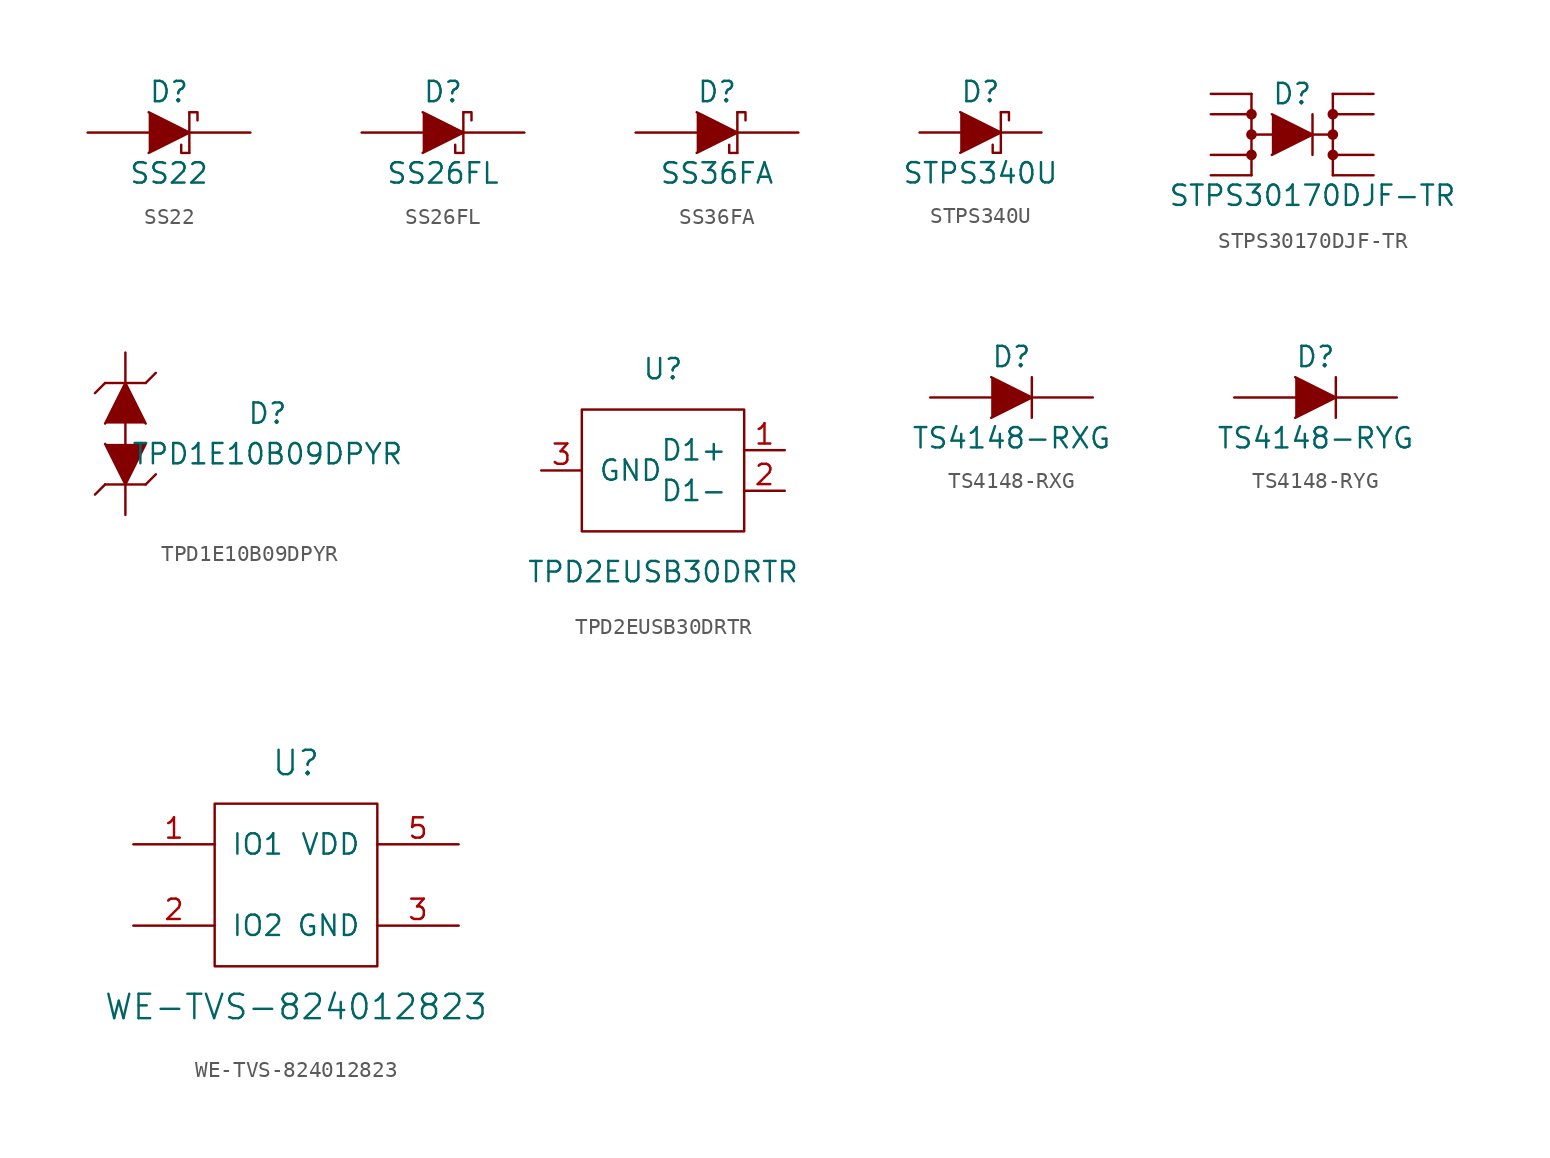
<source format=kicad_sym>
(kicad_symbol_lib
  (version 20201005)
  (generator kicad_symbol_editor)
  (symbol "SS22"
    (pin_numbers hide)
    (pin_names
      (offset 1.016) hide)
    (property "Reference" "D"
      (at 0 2.54 0)
      (effects (font (size 1.27 1.27))))
    (property "Value" "SS22"
      (at 0 -2.54 0)
      (effects (font (size 1.27 1.27))))
    (symbol "SS22_0_1"
      (polyline (pts (xy 1.27 1.27) (xy 1.27 -1.27)) (stroke (width 0.152)) (fill (type none)))
      (polyline (pts (xy -1.27 1.27) (xy 1.27 0) (xy -1.27 -1.27)) (stroke (width 0)) (fill (type outline)))
      (polyline (pts (xy 1.27 -1.27) (xy 0.762 -1.27) (xy 0.762 -0.762)) (stroke (width 0)) (fill (type none)))
      (polyline (pts (xy 1.27 1.27) (xy 1.778 1.27) (xy 1.778 0.762)) (stroke (width 0)) (fill (type none))))
    (symbol "SS22_1_1"
      (pin passive line (at -5.08 0 0) (length 3.81) (name "A" (effects (font (size 1.016 1.016)))) (number "1" (effects (font (size 1.016 1.016)))))
      (pin passive line (at 5.08 0 180) (length 3.81) (name "K" (effects (font (size 1.016 1.016)))) (number "2" (effects (font (size 1.016 1.016)))))))
  (symbol "SS26FL"
    (pin_numbers hide)
    (pin_names
      (offset 1.016) hide)
    (property "Reference" "D"
      (at 0 2.54 0)
      (effects (font (size 1.27 1.27))))
    (property "Value" "SS26FL"
      (at 0 -2.54 0)
      (effects (font (size 1.27 1.27))))
    (symbol "SS26FL_0_1"
      (polyline (pts (xy 1.27 1.27) (xy 1.27 -1.27)) (stroke (width 0.152)) (fill (type none)))
      (polyline (pts (xy -1.27 1.27) (xy 1.27 0) (xy -1.27 -1.27)) (stroke (width 0)) (fill (type outline)))
      (polyline (pts (xy 1.27 -1.27) (xy 0.762 -1.27) (xy 0.762 -0.762)) (stroke (width 0)) (fill (type none)))
      (polyline (pts (xy 1.27 1.27) (xy 1.778 1.27) (xy 1.778 0.762)) (stroke (width 0)) (fill (type none))))
    (symbol "SS26FL_1_1"
      (pin passive line (at -5.08 0 0) (length 3.81) (name "A" (effects (font (size 1.016 1.016)))) (number "1" (effects (font (size 1.016 1.016)))))
      (pin passive line (at 5.08 0 180) (length 3.81) (name "K" (effects (font (size 1.016 1.016)))) (number "2" (effects (font (size 1.016 1.016)))))))
  (symbol "SS36FA"
    (pin_numbers hide)
    (pin_names
      (offset 1.016) hide)
    (property "Reference" "D"
      (at 0 2.54 0)
      (effects (font (size 1.27 1.27))))
    (property "Value" "SS36FA"
      (at 0 -2.54 0)
      (effects (font (size 1.27 1.27))))
    (symbol "SS36FA_0_1"
      (polyline (pts (xy 1.27 1.27) (xy 1.27 -1.27)) (stroke (width 0.152)) (fill (type none)))
      (polyline (pts (xy -1.27 1.27) (xy 1.27 0) (xy -1.27 -1.27)) (stroke (width 0)) (fill (type outline)))
      (polyline (pts (xy 1.27 -1.27) (xy 0.762 -1.27) (xy 0.762 -0.762)) (stroke (width 0)) (fill (type none)))
      (polyline (pts (xy 1.27 1.27) (xy 1.778 1.27) (xy 1.778 0.762)) (stroke (width 0)) (fill (type none))))
    (symbol "SS36FA_1_1"
      (pin passive line (at -5.08 0 0) (length 3.81) (name "A" (effects (font (size 1.016 1.016)))) (number "1" (effects (font (size 1.016 1.016)))))
      (pin passive line (at 5.08 0 180) (length 3.81) (name "K" (effects (font (size 1.016 1.016)))) (number "2" (effects (font (size 1.016 1.016)))))))
  (symbol "STPS340U"
    (pin_numbers hide)
    (pin_names
      (offset 1.016) hide)
    (property "Reference" "D"
      (at 0 2.54 0)
      (effects (font (size 1.27 1.27))))
    (property "Value" "STPS340U"
      (at 0 -2.54 0)
      (effects (font (size 1.27 1.27))))
    (symbol "STPS340U_0_1"
      (polyline (pts (xy 1.27 1.27) (xy 1.27 -1.27)) (stroke (width 0.152)) (fill (type none)))
      (polyline (pts (xy -1.27 1.27) (xy 1.27 0) (xy -1.27 -1.27)) (stroke (width 0)) (fill (type outline)))
      (polyline (pts (xy 1.27 -1.27) (xy 0.762 -1.27) (xy 0.762 -0.762)) (stroke (width 0)) (fill (type none)))
      (polyline (pts (xy 1.27 1.27) (xy 1.778 1.27) (xy 1.778 0.762)) (stroke (width 0)) (fill (type none))))
    (symbol "STPS340U_1_1"
      (pin passive line (at -3.81 0 0) (length 2.54) (name "A" (effects (font (size 1.016 1.016)))) (number "1" (effects (font (size 1.016 1.016)))))
      (pin passive line (at 3.81 0 180) (length 2.54) (name "K" (effects (font (size 1.016 1.016)))) (number "2" (effects (font (size 1.016 1.016)))))))
  (symbol "STPS30170DJF-TR"
    (pin_numbers hide)
    (pin_names
      (offset 1.016) hide)
    (property "Reference" "D"
      (at 0 2.54 0)
      (effects (font (size 1.27 1.27))))
    (property "Value" "STPS30170DJF-TR"
      (at 1.27 -3.81 0)
      (effects (font (size 1.27 1.27))))
    (symbol "STPS30170DJF-TR_0_1"
      (circle (center -2.54 -1.27) (radius 0.254) (stroke (width 0)) (fill (type outline)))
      (circle (center -2.54 0) (radius 0.254) (stroke (width 0)) (fill (type outline)))
      (circle (center -2.54 1.27) (radius 0.254) (stroke (width 0)) (fill (type outline)))
      (circle (center 2.54 -1.27) (radius 0.254) (stroke (width 0)) (fill (type outline)))
      (circle (center 2.54 0) (radius 0.254) (stroke (width 0)) (fill (type outline)))
      (circle (center 2.54 1.27) (radius 0.254) (stroke (width 0)) (fill (type outline)))
      (polyline (pts (xy -2.54 -2.54) (xy -2.54 2.54)) (stroke (width 0)) (fill (type none)))
      (polyline (pts (xy -2.54 0) (xy -1.27 0)) (stroke (width 0)) (fill (type none)))
      (polyline (pts (xy 1.27 0) (xy 2.54 0)) (stroke (width 0)) (fill (type none)))
      (polyline (pts (xy 1.27 1.27) (xy 1.27 -1.27)) (stroke (width 0.152)) (fill (type none)))
      (polyline (pts (xy 2.54 -2.54) (xy 2.54 2.54)) (stroke (width 0)) (fill (type none)))
      (polyline (pts (xy -1.27 1.27) (xy 1.27 0) (xy -1.27 -1.27)) (stroke (width 0)) (fill (type outline))))
    (symbol "STPS30170DJF-TR_1_1"
      (pin passive line (at -5.08 2.54 0) (length 2.54) (name "~" (effects (font (size 1.016 1.016)))) (number "1" (effects (font (size 1.016 1.016)))))
      (pin input line (at -5.08 1.27 0) (length 2.54) (name "~" (effects (font (size 1.27 1.27)))) (number "2" (effects (font (size 1.27 1.27)))))
      (pin input line (at -5.08 -1.27 0) (length 2.54) (name "~" (effects (font (size 1.27 1.27)))) (number "3" (effects (font (size 1.27 1.27)))))
      (pin input line (at -5.08 -2.54 0) (length 2.54) (name "~" (effects (font (size 1.27 1.27)))) (number "4" (effects (font (size 1.27 1.27)))))
      (pin passive line (at 5.08 -2.54 180) (length 2.54) (name "K" (effects (font (size 1.016 1.016)))) (number "5" (effects (font (size 1.016 1.016)))))
      (pin passive line (at 5.08 -1.27 180) (length 2.54) (name "~" (effects (font (size 1.016 1.016)))) (number "6" (effects (font (size 1.016 1.016)))))
      (pin passive line (at 5.08 1.27 180) (length 2.54) (name "~" (effects (font (size 1.016 1.016)))) (number "7" (effects (font (size 1.016 1.016)))))
      (pin passive line (at 5.08 2.54 180) (length 2.54) (name "~" (effects (font (size 1.016 1.016)))) (number "8" (effects (font (size 1.016 1.016)))))))
  (symbol "TPD1E10B09DPYR"
    (pin_numbers hide)
    (pin_names
      (offset 1.016) hide)
    (property "Reference" "D"
      (at 8.89 1.27 0)
      (effects (font (size 1.27 1.27))))
    (property "Value" "TPD1E10B09DPYR"
      (at 8.89 -1.27 0)
      (effects (font (size 1.27 1.27))))
    (symbol "TPD1E10B09DPYR_0_1"
      (polyline (pts (xy -1.27 3.175) (xy -1.905 2.54)) (stroke (width 0)) (fill (type none)))
      (polyline (pts (xy -1.27 3.175) (xy 1.27 3.175)) (stroke (width 0.152)) (fill (type none)))
      (polyline (pts (xy 0 -1.27) (xy 0 1.27)) (stroke (width 0)) (fill (type none)))
      (polyline (pts (xy 1.27 3.175) (xy 1.905 3.81)) (stroke (width 0)) (fill (type none)))
      (polyline (pts (xy -1.27 0.635) (xy 0 3.175) (xy 1.27 0.635)) (stroke (width 0)) (fill (type outline))))
    (symbol "TPD1E10B09DPYR_1_1"
      (polyline (pts (xy -1.27 -3.175) (xy -1.905 -3.81)) (stroke (width 0)) (fill (type none)))
      (polyline (pts (xy 1.27 -3.175) (xy -1.27 -3.175)) (stroke (width 0.152)) (fill (type none)))
      (polyline (pts (xy 1.27 -3.175) (xy 1.905 -2.54)) (stroke (width 0)) (fill (type none)))
      (polyline (pts (xy 1.27 -0.635) (xy 0 -3.175) (xy -1.27 -0.635)) (stroke (width 0)) (fill (type outline)))
      (pin passive line (at 0 5.08 270) (length 2.54) (name "K" (effects (font (size 1.016 1.016)))) (number "1" (effects (font (size 1.016 1.016)))))
      (pin passive line (at 0 -5.08 90) (length 2.54) (name "K" (effects (font (size 1.016 1.016)))) (number "2" (effects (font (size 1.016 1.016)))))))
  (symbol "TPD2EUSB30DRTR"
    (pin_names
      (offset 1.016))
    (property "Reference" "U"
      (at 0 6.35 0)
      (effects (font (size 1.27 1.27))))
    (property "Value" "TPD2EUSB30DRTR"
      (at 0 -6.35 0)
      (effects (font (size 1.27 1.27))))
    (symbol "TPD2EUSB30DRTR_0_1"
      (rectangle (start 5.08 -3.81) (end -5.08 3.81) (stroke (width 0)) (fill (type none))))
    (symbol "TPD2EUSB30DRTR_1_1"
      (pin passive line (at 7.62 1.27 180) (length 2.54) (name "D1+" (effects (font (size 1.27 1.27)))) (number "1" (effects (font (size 1.27 1.27)))))
      (pin passive line (at 7.62 -1.27 180) (length 2.54) (name "D1-" (effects (font (size 1.27 1.27)))) (number "2" (effects (font (size 1.27 1.27)))))
      (pin power_in line (at -7.62 0 0) (length 2.54) (name "GND" (effects (font (size 1.27 1.27)))) (number "3" (effects (font (size 1.27 1.27)))))))
  (symbol "TS4148-RXG"
    (pin_numbers hide)
    (pin_names
      (offset 1.016) hide)
    (property "Reference" "D"
      (at 0 2.54 0)
      (effects (font (size 1.27 1.27))))
    (property "Value" "TS4148-RXG"
      (at 0 -2.54 0)
      (effects (font (size 1.27 1.27))))
    (symbol "TS4148-RXG_0_1"
      (polyline (pts (xy 1.27 1.27) (xy 1.27 -1.27)) (stroke (width 0.152)) (fill (type none)))
      (polyline (pts (xy -1.27 1.27) (xy 1.27 0) (xy -1.27 -1.27)) (stroke (width 0)) (fill (type outline))))
    (symbol "TS4148-RXG_1_1"
      (pin passive line (at -5.08 0 0) (length 3.81) (name "A" (effects (font (size 1.016 1.016)))) (number "1" (effects (font (size 1.016 1.016)))))
      (pin passive line (at 5.08 0 180) (length 3.81) (name "K" (effects (font (size 1.016 1.016)))) (number "2" (effects (font (size 1.016 1.016)))))))
  (symbol "TS4148-RYG"
    (pin_numbers hide)
    (pin_names
      (offset 1.016) hide)
    (property "Reference" "D"
      (at 0 2.54 0)
      (effects (font (size 1.27 1.27))))
    (property "Value" "TS4148-RYG"
      (at 0 -2.54 0)
      (effects (font (size 1.27 1.27))))
    (symbol "TS4148-RYG_0_1"
      (polyline (pts (xy 1.27 1.27) (xy 1.27 -1.27)) (stroke (width 0.152)) (fill (type none)))
      (polyline (pts (xy -1.27 1.27) (xy 1.27 0) (xy -1.27 -1.27)) (stroke (width 0)) (fill (type outline))))
    (symbol "TS4148-RYG_1_1"
      (pin passive line (at -5.08 0 0) (length 3.81) (name "A" (effects (font (size 1.016 1.016)))) (number "1" (effects (font (size 1.016 1.016)))))
      (pin passive line (at 5.08 0 180) (length 3.81) (name "K" (effects (font (size 1.016 1.016)))) (number "2" (effects (font (size 1.016 1.016)))))))
  (symbol "WE-TVS-824012823"
    (pin_names
      (offset 1.016))
    (property "Reference" "U"
      (at 0 7.62 0)
      (effects (font (size 1.524 1.524))))
    (property "Value" "WE-TVS-824012823"
      (at 0 -7.62 0)
      (effects (font (size 1.524 1.524))))
    (symbol "WE-TVS-824012823_0_0"
      (pin bidirectional line (at -10.16 2.54 0) (length 5.08) (name "IO1" (effects (font (size 1.27 1.27)))) (number "1" (effects (font (size 1.27 1.27)))))
      (pin bidirectional line (at -10.16 -2.54 0) (length 5.08) (name "IO2" (effects (font (size 1.27 1.27)))) (number "2" (effects (font (size 1.27 1.27)))))
      (pin power_in line (at 10.16 -2.54 180) (length 5.08) (name "GND" (effects (font (size 1.27 1.27)))) (number "3" (effects (font (size 1.27 1.27)))))
      (pin bidirectional line (at -10.16 -2.54 0) (length 5.08) hide (name "IO2" (effects (font (size 1.27 1.27)))) (number "4" (effects (font (size 1.27 1.27)))))
      (pin power_in line (at 10.16 2.54 180) (length 5.08) (name "VDD" (effects (font (size 1.27 1.27)))) (number "5" (effects (font (size 1.27 1.27)))))
      (pin bidirectional line (at -10.16 2.54 0) (length 5.08) hide (name "IO1" (effects (font (size 1.27 1.27)))) (number "6" (effects (font (size 1.27 1.27))))))
    (symbol "WE-TVS-824012823_0_1"
      (rectangle (start -5.08 5.08) (end 5.08 -5.08) (stroke (width 0)) (fill (type none))))))
</source>
